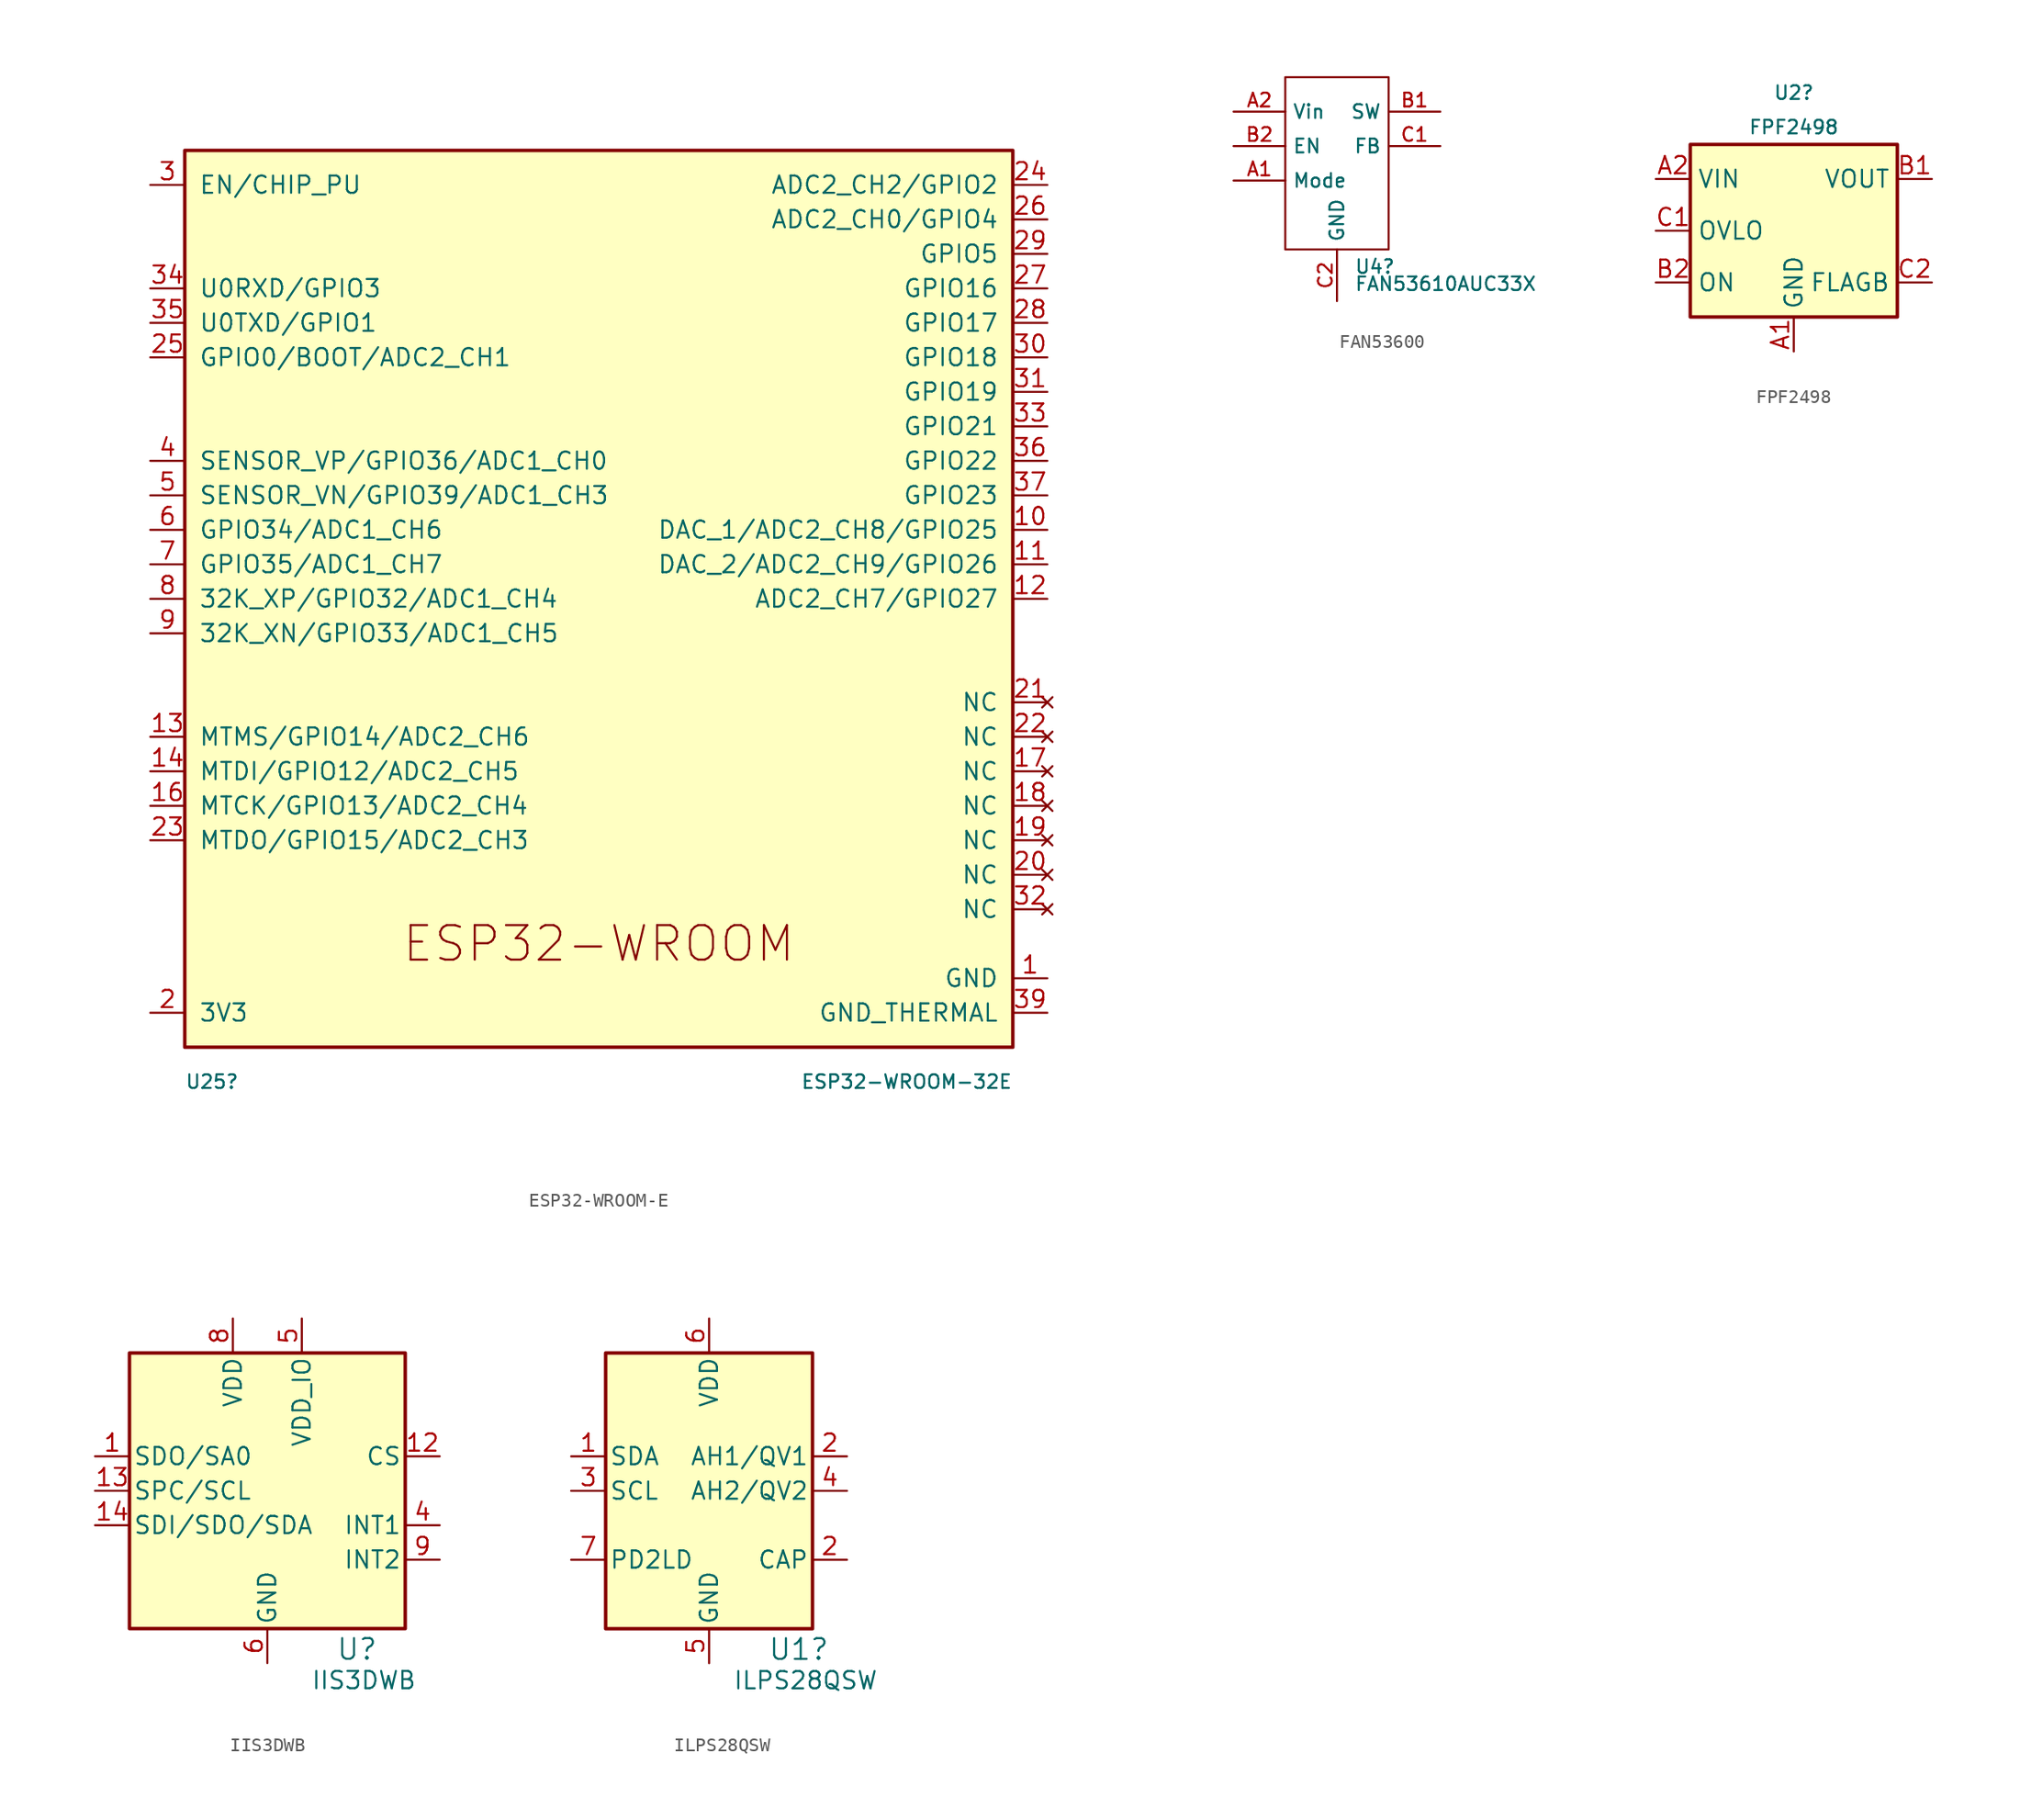
<source format=kicad_sym>
(kicad_symbol_lib
  (version 20231120)
  (generator "kicad_symbol_editor")
  (generator_version "8.0")
  (symbol "ESP32-WROOM-E"
    (pin_names
      (offset 1.016))
    (property "Reference" "U25"
      (at -30.48 -35.56 0)
      (effects (font (size 1 1)) (justify left)))
    (property "Value" "ESP32-WROOM-32E"
      (at 30.48 -35.56 0)
      (effects (font (size 1 1)) (justify right)))
    (symbol "ESP32-WROOM-E_0_1"
      (rectangle (start -30.48 33.02) (end 30.48 -33.02) (stroke (width 0.254) (type default)) (fill (type background))))
    (symbol "ESP32-WROOM-E_1_1"
      (text "ESP32-­WROOM­" (at 0 -25.4 0) (effects (font (size 2.54 2.54))))
      (pin power_in line (at 33.02 -27.94 180) (length 2.54) (name "GND" (effects (font (size 1.27 1.27)))) (number "1" (effects (font (size 1.27 1.27)))))
      (pin bidirectional line (at 33.02 5.08 180) (length 2.54) (name "DAC_1/ADC2_CH8/GPIO25" (effects (font (size 1.27 1.27)))) (number "10" (effects (font (size 1.27 1.27)))))
      (pin bidirectional line (at 33.02 2.54 180) (length 2.54) (name "DAC_2/ADC2_CH9/GPIO26" (effects (font (size 1.27 1.27)))) (number "11" (effects (font (size 1.27 1.27)))))
      (pin bidirectional line (at 33.02 0 180) (length 2.54) (name "ADC2_CH7/GPIO27" (effects (font (size 1.27 1.27)))) (number "12" (effects (font (size 1.27 1.27)))))
      (pin bidirectional line (at -33.02 -10.16 0) (length 2.54) (name "MTMS/GPIO14/ADC2_CH6" (effects (font (size 1.27 1.27)))) (number "13" (effects (font (size 1.27 1.27)))))
      (pin bidirectional line (at -33.02 -12.7 0) (length 2.54) (name "MTDI/GPIO12/ADC2_CH5" (effects (font (size 1.27 1.27)))) (number "14" (effects (font (size 1.27 1.27)))))
      (pin passive line (at 33.02 -27.94 180) (length 2.54) hide (name "GND" (effects (font (size 1.27 1.27)))) (number "15" (effects (font (size 1.27 1.27)))))
      (pin bidirectional line (at -33.02 -15.24 0) (length 2.54) (name "MTCK/GPIO13/ADC2_CH4" (effects (font (size 1.27 1.27)))) (number "16" (effects (font (size 1.27 1.27)))))
      (pin no_connect line (at 33.02 -12.7 180) (length 2.54) (name "NC" (effects (font (size 1.27 1.27)))) (number "17" (effects (font (size 1.27 1.27)))))
      (pin no_connect line (at 33.02 -15.24 180) (length 2.54) (name "NC" (effects (font (size 1.27 1.27)))) (number "18" (effects (font (size 1.27 1.27)))))
      (pin no_connect line (at 33.02 -17.78 180) (length 2.54) (name "NC" (effects (font (size 1.27 1.27)))) (number "19" (effects (font (size 1.27 1.27)))))
      (pin power_in line (at -33.02 -30.48 0) (length 2.54) (name "3V3" (effects (font (size 1.27 1.27)))) (number "2" (effects (font (size 1.27 1.27)))))
      (pin no_connect line (at 33.02 -20.32 180) (length 2.54) (name "NC" (effects (font (size 1.27 1.27)))) (number "20" (effects (font (size 1.27 1.27)))))
      (pin no_connect line (at 33.02 -7.62 180) (length 2.54) (name "NC" (effects (font (size 1.27 1.27)))) (number "21" (effects (font (size 1.27 1.27)))))
      (pin no_connect line (at 33.02 -10.16 180) (length 2.54) (name "NC" (effects (font (size 1.27 1.27)))) (number "22" (effects (font (size 1.27 1.27)))))
      (pin bidirectional line (at -33.02 -17.78 0) (length 2.54) (name "MTDO/GPIO15/ADC2_CH3" (effects (font (size 1.27 1.27)))) (number "23" (effects (font (size 1.27 1.27)))))
      (pin bidirectional line (at 33.02 30.48 180) (length 2.54) (name "ADC2_CH2/GPIO2" (effects (font (size 1.27 1.27)))) (number "24" (effects (font (size 1.27 1.27)))))
      (pin bidirectional line (at -33.02 17.78 0) (length 2.54) (name "GPIO0/BOOT/ADC2_CH1" (effects (font (size 1.27 1.27)))) (number "25" (effects (font (size 1.27 1.27)))))
      (pin bidirectional line (at 33.02 27.94 180) (length 2.54) (name "ADC2_CH0/GPIO4" (effects (font (size 1.27 1.27)))) (number "26" (effects (font (size 1.27 1.27)))))
      (pin bidirectional line (at 33.02 22.86 180) (length 2.54) (name "GPIO16" (effects (font (size 1.27 1.27)))) (number "27" (effects (font (size 1.27 1.27)))))
      (pin bidirectional line (at 33.02 20.32 180) (length 2.54) (name "GPIO17" (effects (font (size 1.27 1.27)))) (number "28" (effects (font (size 1.27 1.27)))))
      (pin bidirectional line (at 33.02 25.4 180) (length 2.54) (name "GPIO5" (effects (font (size 1.27 1.27)))) (number "29" (effects (font (size 1.27 1.27)))))
      (pin input line (at -33.02 30.48 0) (length 2.54) (name "EN/CHIP_PU" (effects (font (size 1.27 1.27)))) (number "3" (effects (font (size 1.27 1.27)))))
      (pin bidirectional line (at 33.02 17.78 180) (length 2.54) (name "GPIO18" (effects (font (size 1.27 1.27)))) (number "30" (effects (font (size 1.27 1.27)))))
      (pin bidirectional line (at 33.02 15.24 180) (length 2.54) (name "GPIO19" (effects (font (size 1.27 1.27)))) (number "31" (effects (font (size 1.27 1.27)))))
      (pin no_connect line (at 33.02 -22.86 180) (length 2.54) (name "NC" (effects (font (size 1.27 1.27)))) (number "32" (effects (font (size 1.27 1.27)))))
      (pin bidirectional line (at 33.02 12.7 180) (length 2.54) (name "GPIO21" (effects (font (size 1.27 1.27)))) (number "33" (effects (font (size 1.27 1.27)))))
      (pin bidirectional line (at -33.02 22.86 0) (length 2.54) (name "U0RXD/GPIO3" (effects (font (size 1.27 1.27)))) (number "34" (effects (font (size 1.27 1.27)))))
      (pin bidirectional line (at -33.02 20.32 0) (length 2.54) (name "U0TXD/GPIO1" (effects (font (size 1.27 1.27)))) (number "35" (effects (font (size 1.27 1.27)))))
      (pin bidirectional line (at 33.02 10.16 180) (length 2.54) (name "GPIO22" (effects (font (size 1.27 1.27)))) (number "36" (effects (font (size 1.27 1.27)))))
      (pin bidirectional line (at 33.02 7.62 180) (length 2.54) (name "GPIO23" (effects (font (size 1.27 1.27)))) (number "37" (effects (font (size 1.27 1.27)))))
      (pin passive line (at 33.02 -27.94 180) (length 2.54) hide (name "GND" (effects (font (size 1.27 1.27)))) (number "38" (effects (font (size 1.27 1.27)))))
      (pin power_in line (at 33.02 -30.48 180) (length 2.54) (name "GND_THERMAL" (effects (font (size 1.27 1.27)))) (number "39" (effects (font (size 1.27 1.27)))))
      (pin input line (at -33.02 10.16 0) (length 2.54) (name "SENSOR_VP/GPIO36/ADC1_CH0" (effects (font (size 1.27 1.27)))) (number "4" (effects (font (size 1.27 1.27)))))
      (pin input line (at -33.02 7.62 0) (length 2.54) (name "SENSOR_VN/GPIO39/ADC1_CH3" (effects (font (size 1.27 1.27)))) (number "5" (effects (font (size 1.27 1.27)))))
      (pin input line (at -33.02 5.08 0) (length 2.54) (name "GPIO34/ADC1_CH6" (effects (font (size 1.27 1.27)))) (number "6" (effects (font (size 1.27 1.27)))))
      (pin input line (at -33.02 2.54 0) (length 2.54) (name "GPIO35/ADC1_CH7" (effects (font (size 1.27 1.27)))) (number "7" (effects (font (size 1.27 1.27)))))
      (pin bidirectional line (at -33.02 0 0) (length 2.54) (name "32K_XP/GPIO32/ADC1_CH4" (effects (font (size 1.27 1.27)))) (number "8" (effects (font (size 1.27 1.27)))))
      (pin bidirectional line (at -33.02 -2.54 0) (length 2.54) (name "32K_XN/GPIO33/ADC1_CH5" (effects (font (size 1.27 1.27)))) (number "9" (effects (font (size 1.27 1.27)))))))
  (symbol "FAN53600"
    (property "Reference" "U4"
      (at 1.27 -8.89 0)
      (effects (font (size 1 1)) (justify left)))
    (property "Value" "FAN53610AUC33X"
      (at 1.27 -10.16 0)
      (effects (font (size 1 1)) (justify left)))
    (symbol "FAN53600_0_1"
      (rectangle (start 3.81 -7.62) (end -3.81 5.08) (stroke (width 0) (type default)) (fill (type none))))
    (symbol "FAN53600_1_1"
      (pin input line (at -7.62 -2.54 0) (length 3.81) (name "Mode" (effects (font (size 1.016 1.016)))) (number "A1" (effects (font (size 1.016 1.016)))))
      (pin power_in line (at -7.62 2.54 0) (length 3.81) (name "Vin" (effects (font (size 1.016 1.016)))) (number "A2" (effects (font (size 1.016 1.016)))))
      (pin power_out line (at 7.62 2.54 180) (length 3.81) (name "SW" (effects (font (size 1.016 1.016)))) (number "B1" (effects (font (size 1.016 1.016)))))
      (pin input line (at -7.62 0 0) (length 3.81) (name "EN" (effects (font (size 1.016 1.016)))) (number "B2" (effects (font (size 1.016 1.016)))))
      (pin input line (at 7.62 0 180) (length 3.81) (name "FB" (effects (font (size 1.016 1.016)))) (number "C1" (effects (font (size 1.016 1.016)))))
      (pin power_in line (at 0 -11.43 90) (length 3.81) (name "GND" (effects (font (size 1.016 1.016)))) (number "C2" (effects (font (size 1.016 1.016)))))))
  (symbol "FPF2498"
    (property "Reference" "U2"
      (at 0 10.16 0)
      (effects (font (size 1 1))))
    (property "Value" "FPF2498"
      (at 0 7.62 0)
      (effects (font (size 1 1))))
    (symbol "FPF2498_0_1"
      (rectangle (start -7.62 6.35) (end 7.62 -6.35) (stroke (width 0.254) (type default)) (fill (type background))))
    (symbol "FPF2498_1_1"
      (pin power_in line (at 0 -8.89 90) (length 2.54) (name "GND" (effects (font (size 1.27 1.27)))) (number "A1" (effects (font (size 1.27 1.27)))))
      (pin power_in line (at -10.16 3.81 0) (length 2.54) (name "VIN" (effects (font (size 1.27 1.27)))) (number "A2" (effects (font (size 1.27 1.27)))))
      (pin power_out line (at 10.16 3.81 180) (length 2.54) (name "VOUT" (effects (font (size 1.27 1.27)))) (number "B1" (effects (font (size 1.27 1.27)))))
      (pin input line (at -10.16 -3.81 0) (length 2.54) (name "ON" (effects (font (size 1.27 1.27)))) (number "B2" (effects (font (size 1.27 1.27)))))
      (pin input line (at -10.16 0 0) (length 2.54) (name "OVLO" (effects (font (size 1.27 1.27)))) (number "C1" (effects (font (size 1.27 1.27)))))
      (pin open_collector line (at 10.16 -3.81 180) (length 2.54) (name "FLAGB" (effects (font (size 1.27 1.27)))) (number "C2" (effects (font (size 1.27 1.27)))))))
  (symbol "IIS3DWB"
    (pin_names
      (offset 0.254))
    (property "Reference" "U"
      (at 6.604 -11.684 0)
      (effects (font (size 1.524 1.524))))
    (property "Value" "IIS3DWB"
      (at 7.112 -13.97 0)
      (effects (font (size 1.27 1.27))))
    (symbol "IIS3DWB_0_1"
      (rectangle (start -10.16 10.16) (end 10.16 -10.16) (stroke (width 0.254) (type default)) (fill (type background))))
    (symbol "IIS3DWB_1_1"
      (pin bidirectional line (at -12.7 2.54 0) (length 2.54) (name "SDO/SA0" (effects (font (size 1.27 1.27)))) (number "1" (effects (font (size 1.27 1.27)))))
      (pin input line (at 12.7 2.54 180) (length 2.54) (name "CS" (effects (font (size 1.27 1.27)))) (number "12" (effects (font (size 1.27 1.27)))))
      (pin input line (at -12.7 0 0) (length 2.54) (name "SPC/SCL" (effects (font (size 1.27 1.27)))) (number "13" (effects (font (size 1.27 1.27)))))
      (pin bidirectional line (at -12.7 -2.54 0) (length 2.54) (name "SDI/SDO/SDA" (effects (font (size 1.27 1.27)))) (number "14" (effects (font (size 1.27 1.27)))))
      (pin passive line (at 0 -12.7 90) (length 2.54) hide (name "RES" (effects (font (size 1.27 1.27)))) (number "2" (effects (font (size 1.27 1.27)))))
      (pin passive line (at 0 -12.7 90) (length 2.54) hide (name "RES" (effects (font (size 1.27 1.27)))) (number "3" (effects (font (size 1.27 1.27)))))
      (pin open_collector line (at 12.7 -2.54 180) (length 2.54) (name "INT1" (effects (font (size 1.27 1.27)))) (number "4" (effects (font (size 1.27 1.27)))))
      (pin power_in line (at 2.54 12.7 270) (length 2.54) (name "VDD_IO" (effects (font (size 1.27 1.27)))) (number "5" (effects (font (size 1.27 1.27)))))
      (pin power_in line (at 0 -12.7 90) (length 2.54) (name "GND" (effects (font (size 1.27 1.27)))) (number "6" (effects (font (size 1.27 1.27)))))
      (pin passive line (at 0 -12.7 90) (length 2.54) hide (name "GND" (effects (font (size 1.27 1.27)))) (number "7" (effects (font (size 1.27 1.27)))))
      (pin power_in line (at -2.54 12.7 270) (length 2.54) (name "VDD" (effects (font (size 1.27 1.27)))) (number "8" (effects (font (size 1.27 1.27)))))
      (pin open_collector line (at 12.7 -5.08 180) (length 2.54) (name "INT2" (effects (font (size 1.27 1.27)))) (number "9" (effects (font (size 1.27 1.27)))))))
  (symbol "ILPS28QSW"
    (pin_names
      (offset 0.254))
    (property "Reference" "U1"
      (at 6.604 -11.684 0)
      (effects (font (size 1.524 1.524))))
    (property "Value" "ILPS28QSW"
      (at 7.112 -13.97 0)
      (effects (font (size 1.27 1.27))))
    (symbol "ILPS28QSW_0_1"
      (rectangle (start -7.62 10.16) (end 7.62 -10.16) (stroke (width 0.254) (type default)) (fill (type background))))
    (symbol "ILPS28QSW_1_1"
      (pin bidirectional line (at -10.16 2.54 0) (length 2.54) (name "SDA" (effects (font (size 1.27 1.27)))) (number "1" (effects (font (size 1.27 1.27)))))
      (pin open_collector line (at 10.16 2.54 180) (length 2.54) (name "AH1/QV1" (effects (font (size 1.27 1.27)))) (number "2" (effects (font (size 1.27 1.27)))))
      (pin passive line (at 10.16 -5.08 180) (length 2.54) (name "CAP" (effects (font (size 1.27 1.27)))) (number "2" (effects (font (size 1.27 1.27)))))
      (pin input line (at -10.16 0 0) (length 2.54) (name "SCL" (effects (font (size 1.27 1.27)))) (number "3" (effects (font (size 1.27 1.27)))))
      (pin open_collector line (at 10.16 0 180) (length 2.54) (name "AH2/QV2" (effects (font (size 1.27 1.27)))) (number "4" (effects (font (size 1.27 1.27)))))
      (pin power_in line (at 0 -12.7 90) (length 2.54) (name "GND" (effects (font (size 1.27 1.27)))) (number "5" (effects (font (size 1.27 1.27)))))
      (pin power_in line (at 0 12.7 270) (length 2.54) (name "VDD" (effects (font (size 1.27 1.27)))) (number "6" (effects (font (size 1.27 1.27)))))
      (pin power_in line (at -10.16 -5.08 0) (length 2.54) (name "PD2LD" (effects (font (size 1.27 1.27)))) (number "7" (effects (font (size 1.27 1.27))))))))
</source>
